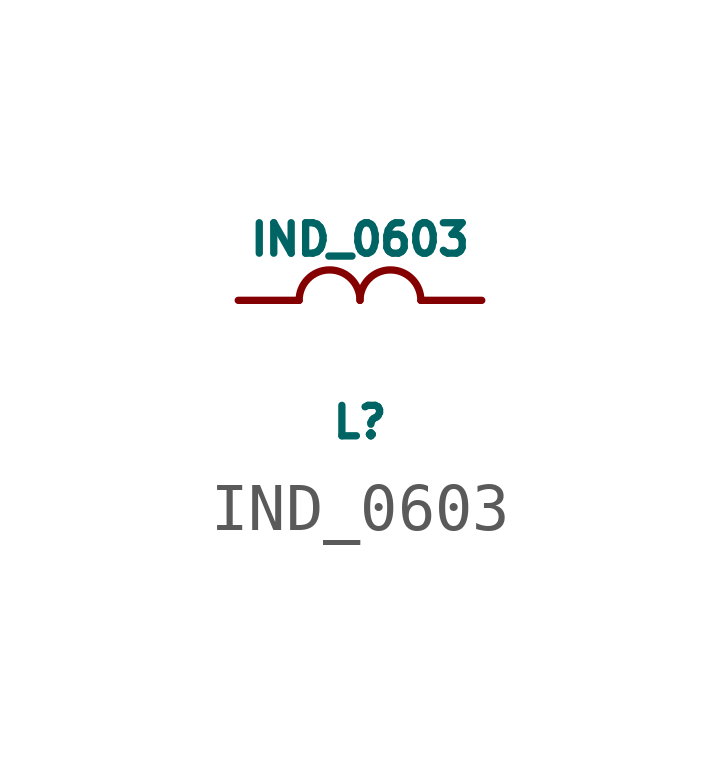
<source format=kicad_sym>
(kicad_symbol_lib
  (version 20241209)
  (generator "kicad_symbol_editor")
  (generator_version "9.0")
  (symbol "IND_0603"
    (pin_numbers
      (hide yes))
    (pin_names
      (offset 0)
      (hide yes))
    (property "Reference" "L"
      (at 0 -2.54 0)
      (effects (font (size 0.635 0.635))))
    (property "Value" "IND_0603"
      (at 0 1.27 0)
      (effects (font (size 0.635 0.635))))
    (property "Datasheet" ""
      (at 0 0 0)
      (effects (font (size 1.524 1.524))))
    (symbol "IND_0603_0_1"
      (arc (start -1.27 0) (mid -0.635 0.6323) (end 0 0) (stroke (width 0) (type default)) (fill (type none)))
      (arc (start 0 0) (mid 0.635 0.6323) (end 1.27 0) (stroke (width 0) (type default)) (fill (type none))))
    (symbol "IND_0603_1_1"
      (pin passive line (at -2.54 0 0) (length 1.27) (name "~" (effects (font (size 0.635 0.635)))) (number "1" (effects (font (size 0.635 0.635)))))
      (pin passive line (at 2.54 0 180) (length 1.27) (name "~" (effects (font (size 0.635 0.635)))) (number "2" (effects (font (size 0.635 0.635))))))))
</source>
